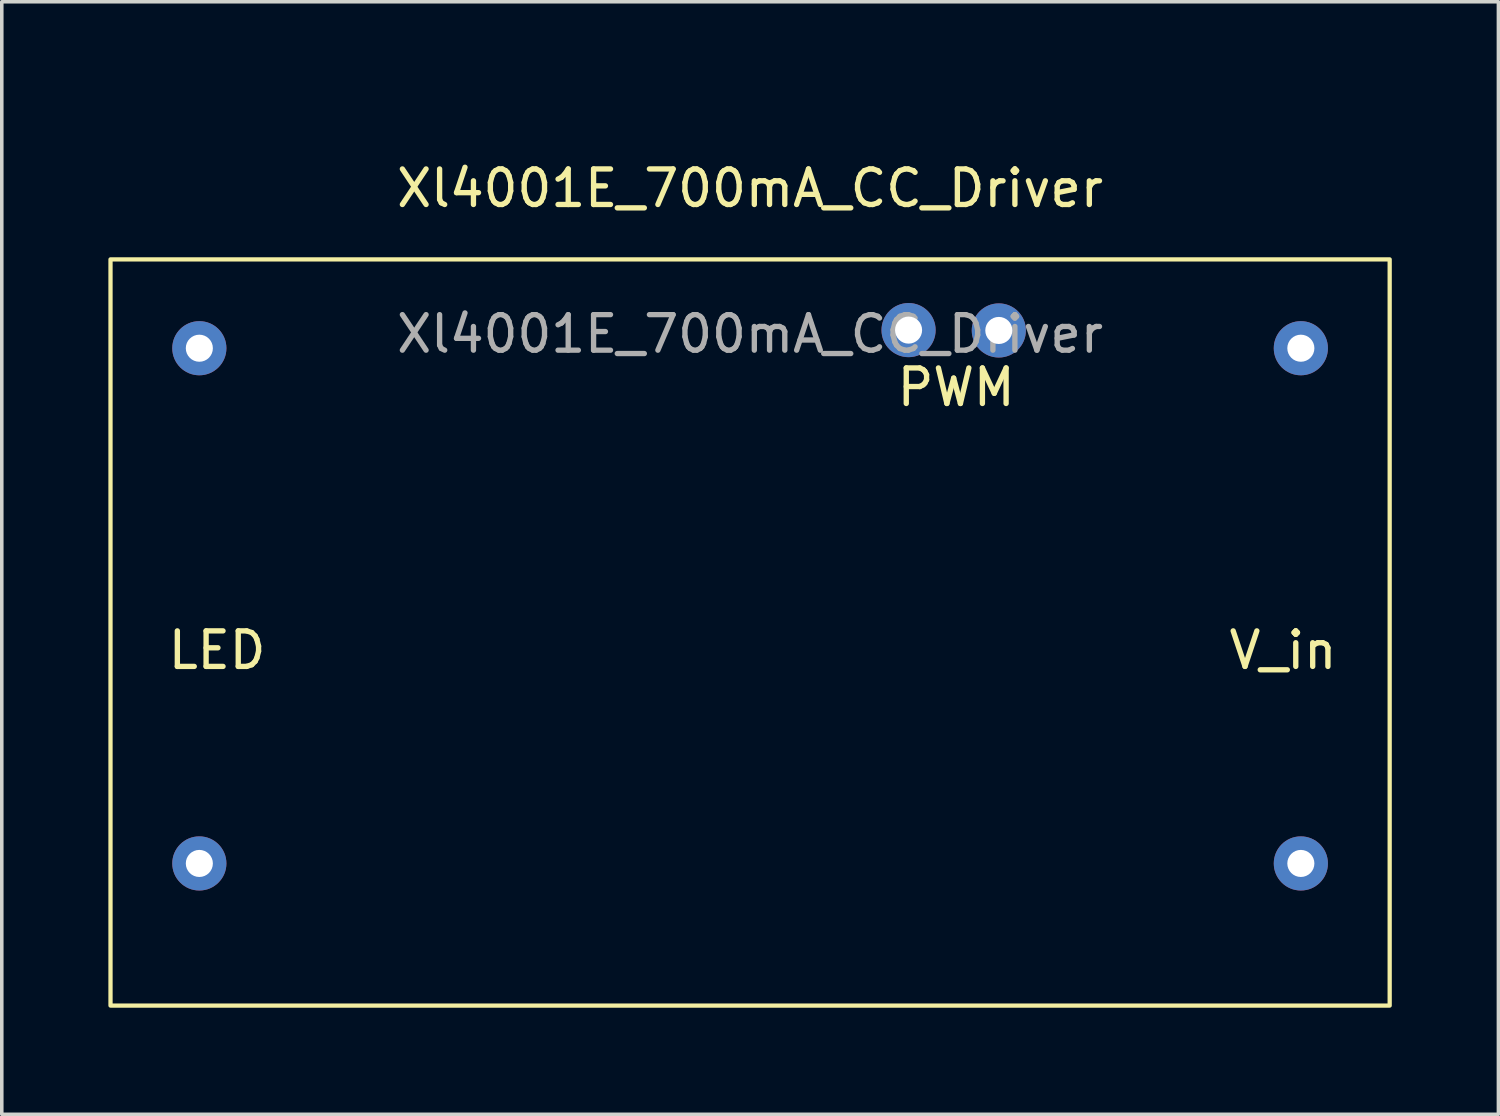
<source format=kicad_pcb>
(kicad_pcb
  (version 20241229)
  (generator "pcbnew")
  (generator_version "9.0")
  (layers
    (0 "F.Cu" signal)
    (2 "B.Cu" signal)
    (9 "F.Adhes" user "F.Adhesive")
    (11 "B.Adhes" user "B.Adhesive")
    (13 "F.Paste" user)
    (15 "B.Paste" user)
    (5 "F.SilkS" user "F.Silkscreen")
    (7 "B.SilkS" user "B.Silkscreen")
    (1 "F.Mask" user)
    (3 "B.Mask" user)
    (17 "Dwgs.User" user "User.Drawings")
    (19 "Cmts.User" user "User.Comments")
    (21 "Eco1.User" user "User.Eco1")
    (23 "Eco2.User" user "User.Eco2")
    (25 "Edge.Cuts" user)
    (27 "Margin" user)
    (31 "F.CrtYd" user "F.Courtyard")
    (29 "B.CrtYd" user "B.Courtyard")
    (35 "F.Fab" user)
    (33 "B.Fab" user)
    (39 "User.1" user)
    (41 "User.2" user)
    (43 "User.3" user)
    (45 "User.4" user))
  (footprint "Xl4001E_700mA_CC_Driver"
    (layer "F.Cu")
    (at 18.06 0.25)
    (property "Reference" "Xl4001E_700mA_CC_Driver" (at 0 2 0) (unlocked yes) (layer "F.SilkS") (effects (font (size 1 1) (thickness 0.15))))
    (attr through_hole)
    (fp_rect (start -18 4) (end 18 25) (stroke (width 0.12) (type solid)) (fill no) (layer "F.SilkS"))
    (fp_text user "V_in" (at 15 15 0) (unlocked yes) (layer "F.SilkS") (effects (font (size 1 1) (thickness 0.15))))
    (fp_text user "LED" (at -15 15 0) (unlocked yes) (layer "F.SilkS") (effects (font (size 1 1) (thickness 0.15))))
    (fp_text user "PWM" (at 5.8 7.6 0) (unlocked yes) (layer "F.SilkS") (effects (font (size 1 1) (thickness 0.15))))
    (fp_text user "${REFERENCE}" (at 0 6.1 0) (unlocked yes) (layer "F.Fab") (effects (font (size 1 1) (thickness 0.15))))
    (pad "1" thru_hole circle (at 15.5 6.5) (size 1.524 1.524) (drill 0.762) (layers "*.Cu" "*.Mask"))
    (pad "2" thru_hole circle (at 15.5 21) (size 1.524 1.524) (drill 0.762) (layers "*.Cu" "*.Mask"))
    (pad "3" thru_hole circle (at -15.5 6.5) (size 1.524 1.524) (drill 0.762) (layers "*.Cu" "*.Mask"))
    (pad "4" thru_hole circle (at -15.5 21) (size 1.524 1.524) (drill 0.762) (layers "*.Cu" "*.Mask"))
    (pad "5" thru_hole circle (at 7 6) (size 1.524 1.524) (drill 0.762) (layers "*.Cu" "*.Mask"))
    (pad "6" thru_hole circle (at 4.46 5.99) (size 1.524 1.524) (drill 0.762) (layers "*.Cu" "*.Mask")))
  (gr_rect
    (start -3 -3)
    (end 39.12 28.31)
    (stroke (width 0.1) (type default))
    (fill no)
    (layer "Edge.Cuts")))
</source>
